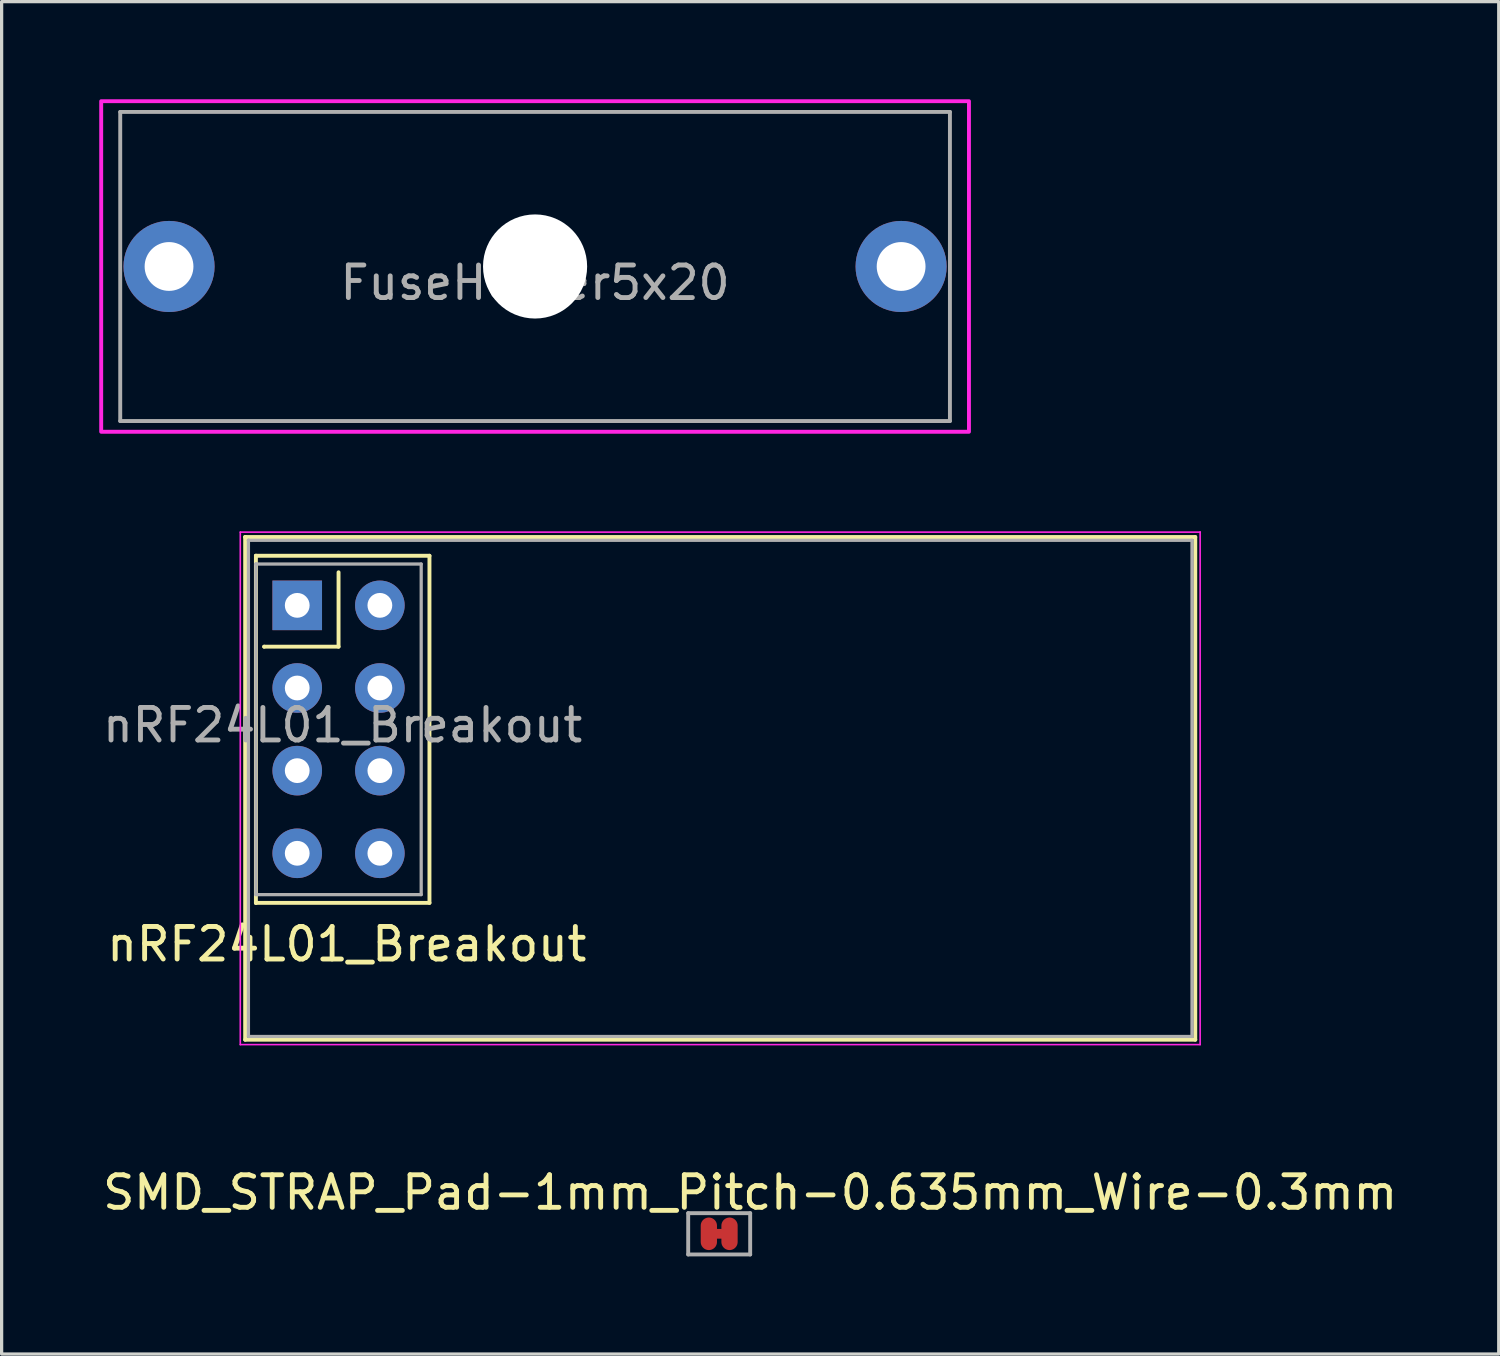
<source format=kicad_pcb>
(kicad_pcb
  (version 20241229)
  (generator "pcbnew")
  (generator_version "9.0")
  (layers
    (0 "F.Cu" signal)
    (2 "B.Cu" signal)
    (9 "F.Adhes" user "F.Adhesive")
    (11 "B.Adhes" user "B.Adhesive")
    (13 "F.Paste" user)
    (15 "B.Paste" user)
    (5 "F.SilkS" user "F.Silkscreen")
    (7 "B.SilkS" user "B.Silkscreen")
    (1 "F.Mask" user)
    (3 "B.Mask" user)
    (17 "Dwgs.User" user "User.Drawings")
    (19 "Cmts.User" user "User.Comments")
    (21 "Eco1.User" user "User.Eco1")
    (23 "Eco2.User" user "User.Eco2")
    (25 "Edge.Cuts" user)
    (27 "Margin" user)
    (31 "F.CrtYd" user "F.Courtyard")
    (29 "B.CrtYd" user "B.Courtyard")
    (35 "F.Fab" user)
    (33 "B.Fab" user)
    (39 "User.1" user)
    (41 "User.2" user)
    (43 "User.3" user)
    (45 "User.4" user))
  (footprint "FuseHolder5x20"
    (layer "F.Cu")
    (at 13.395 5.14)
    (property "Reference" "FuseHolder5x20" (at 0 0.5 0) (layer "F.Fab") (effects (font (size 1 1) (thickness 0.15))))
    (attr through_hole)
    (fp_rect (start -13.335 -5.08) (end 13.335 5.08) (stroke (width 0.12) (type default)) (fill no) (layer "F.CrtYd"))
    (fp_line (start -12.75 -4.75) (end 12.75 -4.75) (stroke (width 0.12) (type solid)) (layer "F.Fab"))
    (fp_line (start -12.75 4.75) (end -12.75 -4.75) (stroke (width 0.12) (type solid)) (layer "F.Fab"))
    (fp_line (start 12.75 -4.75) (end 12.75 4.75) (stroke (width 0.12) (type solid)) (layer "F.Fab"))
    (fp_line (start 12.75 4.75) (end -12.75 4.75) (stroke (width 0.12) (type solid)) (layer "F.Fab"))
    (pad "" np_thru_hole circle (at 0 0) (size 3.2 3.2) (drill 3.2) (layers "*.Cu" "*.Mask"))
    (pad "1" thru_hole circle (at -11.25 0) (size 2.8 2.8) (drill 1.5) (layers "*.Cu" "*.Mask"))
    (pad "2" thru_hole circle (at 11.25 0) (size 2.8 2.8) (drill 1.5) (layers "*.Cu" "*.Mask")))
  (footprint "nRF24L01_Breakout"
    (layer "F.Cu")
    (at 6.085 15.555)
    (property "Reference" "nRF24L01_Breakout" (at 1.524 10.414 0) (layer "F.SilkS") (effects (font (size 1 1) (thickness 0.15))))
    (attr through_hole)
    (fp_line (start -1.6 -2.1) (end -1.6 -2.1) (stroke (width 0.12) (type solid)) (layer "F.SilkS"))
    (fp_line (start -1.6 -2.1) (end 27.6 -2.1) (stroke (width 0.12) (type solid)) (layer "F.SilkS"))
    (fp_line (start -1.6 13.35) (end -1.6 -2.1) (stroke (width 0.12) (type solid)) (layer "F.SilkS"))
    (fp_line (start -1.27 -1.524) (end -1.27 -1.524) (stroke (width 0.12) (type solid)) (layer "F.SilkS"))
    (fp_line (start -1.27 -1.524) (end 4.064 -1.524) (stroke (width 0.12) (type solid)) (layer "F.SilkS"))
    (fp_line (start -1.27 9.144) (end -1.27 -1.524) (stroke (width 0.12) (type solid)) (layer "F.SilkS"))
    (fp_line (start -1.27 9.144) (end -1.27 9.144) (stroke (width 0.12) (type solid)) (layer "F.SilkS"))
    (fp_line (start -1.016 1.27) (end -1.016 1.27) (stroke (width 0.12) (type solid)) (layer "F.SilkS"))
    (fp_line (start 1.27 -1.016) (end 1.27 1.27) (stroke (width 0.12) (type solid)) (layer "F.SilkS"))
    (fp_line (start 1.27 1.27) (end -1.016 1.27) (stroke (width 0.12) (type solid)) (layer "F.SilkS"))
    (fp_line (start 4.064 -1.524) (end 4.064 9.144) (stroke (width 0.12) (type solid)) (layer "F.SilkS"))
    (fp_line (start 4.064 9.144) (end -1.27 9.144) (stroke (width 0.12) (type solid)) (layer "F.SilkS"))
    (fp_line (start 27.6 -2.1) (end 27.6 13.35) (stroke (width 0.12) (type solid)) (layer "F.SilkS"))
    (fp_line (start 27.6 13.35) (end -1.6 13.35) (stroke (width 0.12) (type solid)) (layer "F.SilkS"))
    (fp_line (start -1.75 -2.25) (end -1.75 13.5) (stroke (width 0.05) (type solid)) (layer "F.CrtYd"))
    (fp_line (start -1.75 13.5) (end 27.75 13.5) (stroke (width 0.05) (type solid)) (layer "F.CrtYd"))
    (fp_line (start 27.75 -2.25) (end -1.75 -2.25) (stroke (width 0.05) (type solid)) (layer "F.CrtYd"))
    (fp_line (start 27.75 -2.25) (end 27.75 -2.25) (stroke (width 0.05) (type solid)) (layer "F.CrtYd"))
    (fp_line (start 27.75 13.5) (end 27.75 -2.25) (stroke (width 0.05) (type solid)) (layer "F.CrtYd"))
    (fp_line (start -1.5 -2) (end -1.5 -2) (stroke (width 0.1) (type solid)) (layer "F.Fab"))
    (fp_line (start -1.5 -2) (end 27.5 -2) (stroke (width 0.1) (type solid)) (layer "F.Fab"))
    (fp_line (start -1.5 13.25) (end -1.5 -2) (stroke (width 0.1) (type solid)) (layer "F.Fab"))
    (fp_line (start -1.27 -1.27) (end -1.27 -1.27) (stroke (width 0.1) (type solid)) (layer "F.Fab"))
    (fp_line (start -1.27 -1.27) (end 3.81 -1.27) (stroke (width 0.1) (type solid)) (layer "F.Fab"))
    (fp_line (start -1.27 8.89) (end -1.27 -1.27) (stroke (width 0.1) (type solid)) (layer "F.Fab"))
    (fp_line (start 3.81 -1.27) (end 3.81 8.89) (stroke (width 0.1) (type solid)) (layer "F.Fab"))
    (fp_line (start 3.81 8.89) (end -1.27 8.89) (stroke (width 0.1) (type solid)) (layer "F.Fab"))
    (fp_line (start 27.5 -2) (end 27.5 13.25) (stroke (width 0.1) (type solid)) (layer "F.Fab"))
    (fp_line (start 27.5 13.25) (end -1.5 13.25) (stroke (width 0.1) (type solid)) (layer "F.Fab"))
    (fp_text user "${REFERENCE}" (at 1.397 3.683 0) (layer "F.Fab") (effects (font (size 1 1) (thickness 0.15))))
    (pad "1" thru_hole rect (at 0 0) (size 1.524 1.524) (drill 0.762) (layers "*.Cu" "*.Mask"))
    (pad "2" thru_hole circle (at 2.54 0) (size 1.524 1.524) (drill 0.762) (layers "*.Cu" "*.Mask"))
    (pad "3" thru_hole circle (at 0 2.54) (size 1.524 1.524) (drill 0.762) (layers "*.Cu" "*.Mask"))
    (pad "4" thru_hole circle (at 2.54 2.54) (size 1.524 1.524) (drill 0.762) (layers "*.Cu" "*.Mask"))
    (pad "5" thru_hole circle (at 0 5.08) (size 1.524 1.524) (drill 0.762) (layers "*.Cu" "*.Mask"))
    (pad "6" thru_hole circle (at 2.54 5.08) (size 1.524 1.524) (drill 0.762) (layers "*.Cu" "*.Mask"))
    (pad "7" thru_hole circle (at 0 7.62) (size 1.524 1.524) (drill 0.762) (layers "*.Cu" "*.Mask"))
    (pad "8" thru_hole circle (at 2.54 7.62) (size 1.524 1.524) (drill 0.762) (layers "*.Cu" "*.Mask")))
  (footprint "SMD_STRAP_Pad-1mm_Pitch-0.635mm_Wire-0.3mm"
    (layer "F.Cu")
    (at 23.816 32.33)
    (property "Reference" "SMD_STRAP_Pad-1mm_Pitch-0.635mm_Wire-0.3mm" (at -3.81 1.27 0) (layer "F.SilkS") (effects (font (size 1 1) (thickness 0.15))))
    (attr through_hole)
    (fp_line (start -5.08 2.54) (end -4.445 2.54) (stroke (width 0.3) (type solid)) (layer "F.Cu"))
    (fp_line (start -5.715 1.905) (end -3.81 1.905) (stroke (width 0.12) (type solid)) (layer "F.Fab"))
    (fp_line (start -5.715 3.175) (end -5.715 1.905) (stroke (width 0.12) (type solid)) (layer "F.Fab"))
    (fp_line (start -3.81 1.905) (end -3.81 3.175) (stroke (width 0.12) (type solid)) (layer "F.Fab"))
    (fp_line (start -3.81 3.175) (end -5.715 3.175) (stroke (width 0.12) (type solid)) (layer "F.Fab"))
    (pad "1" smd oval (at -5.08 2.54) (size 0.5 1) (layers "F.Cu" "F.Mask" "F.Paste"))
    (pad "2" smd oval (at -4.445 2.54) (size 0.5 1) (layers "F.Cu" "F.Mask" "F.Paste")))
  (gr_rect
    (start -3 -3)
    (end 43.012 38.565)
    (stroke (width 0.1) (type default))
    (fill no)
    (layer "Edge.Cuts")))
</source>
